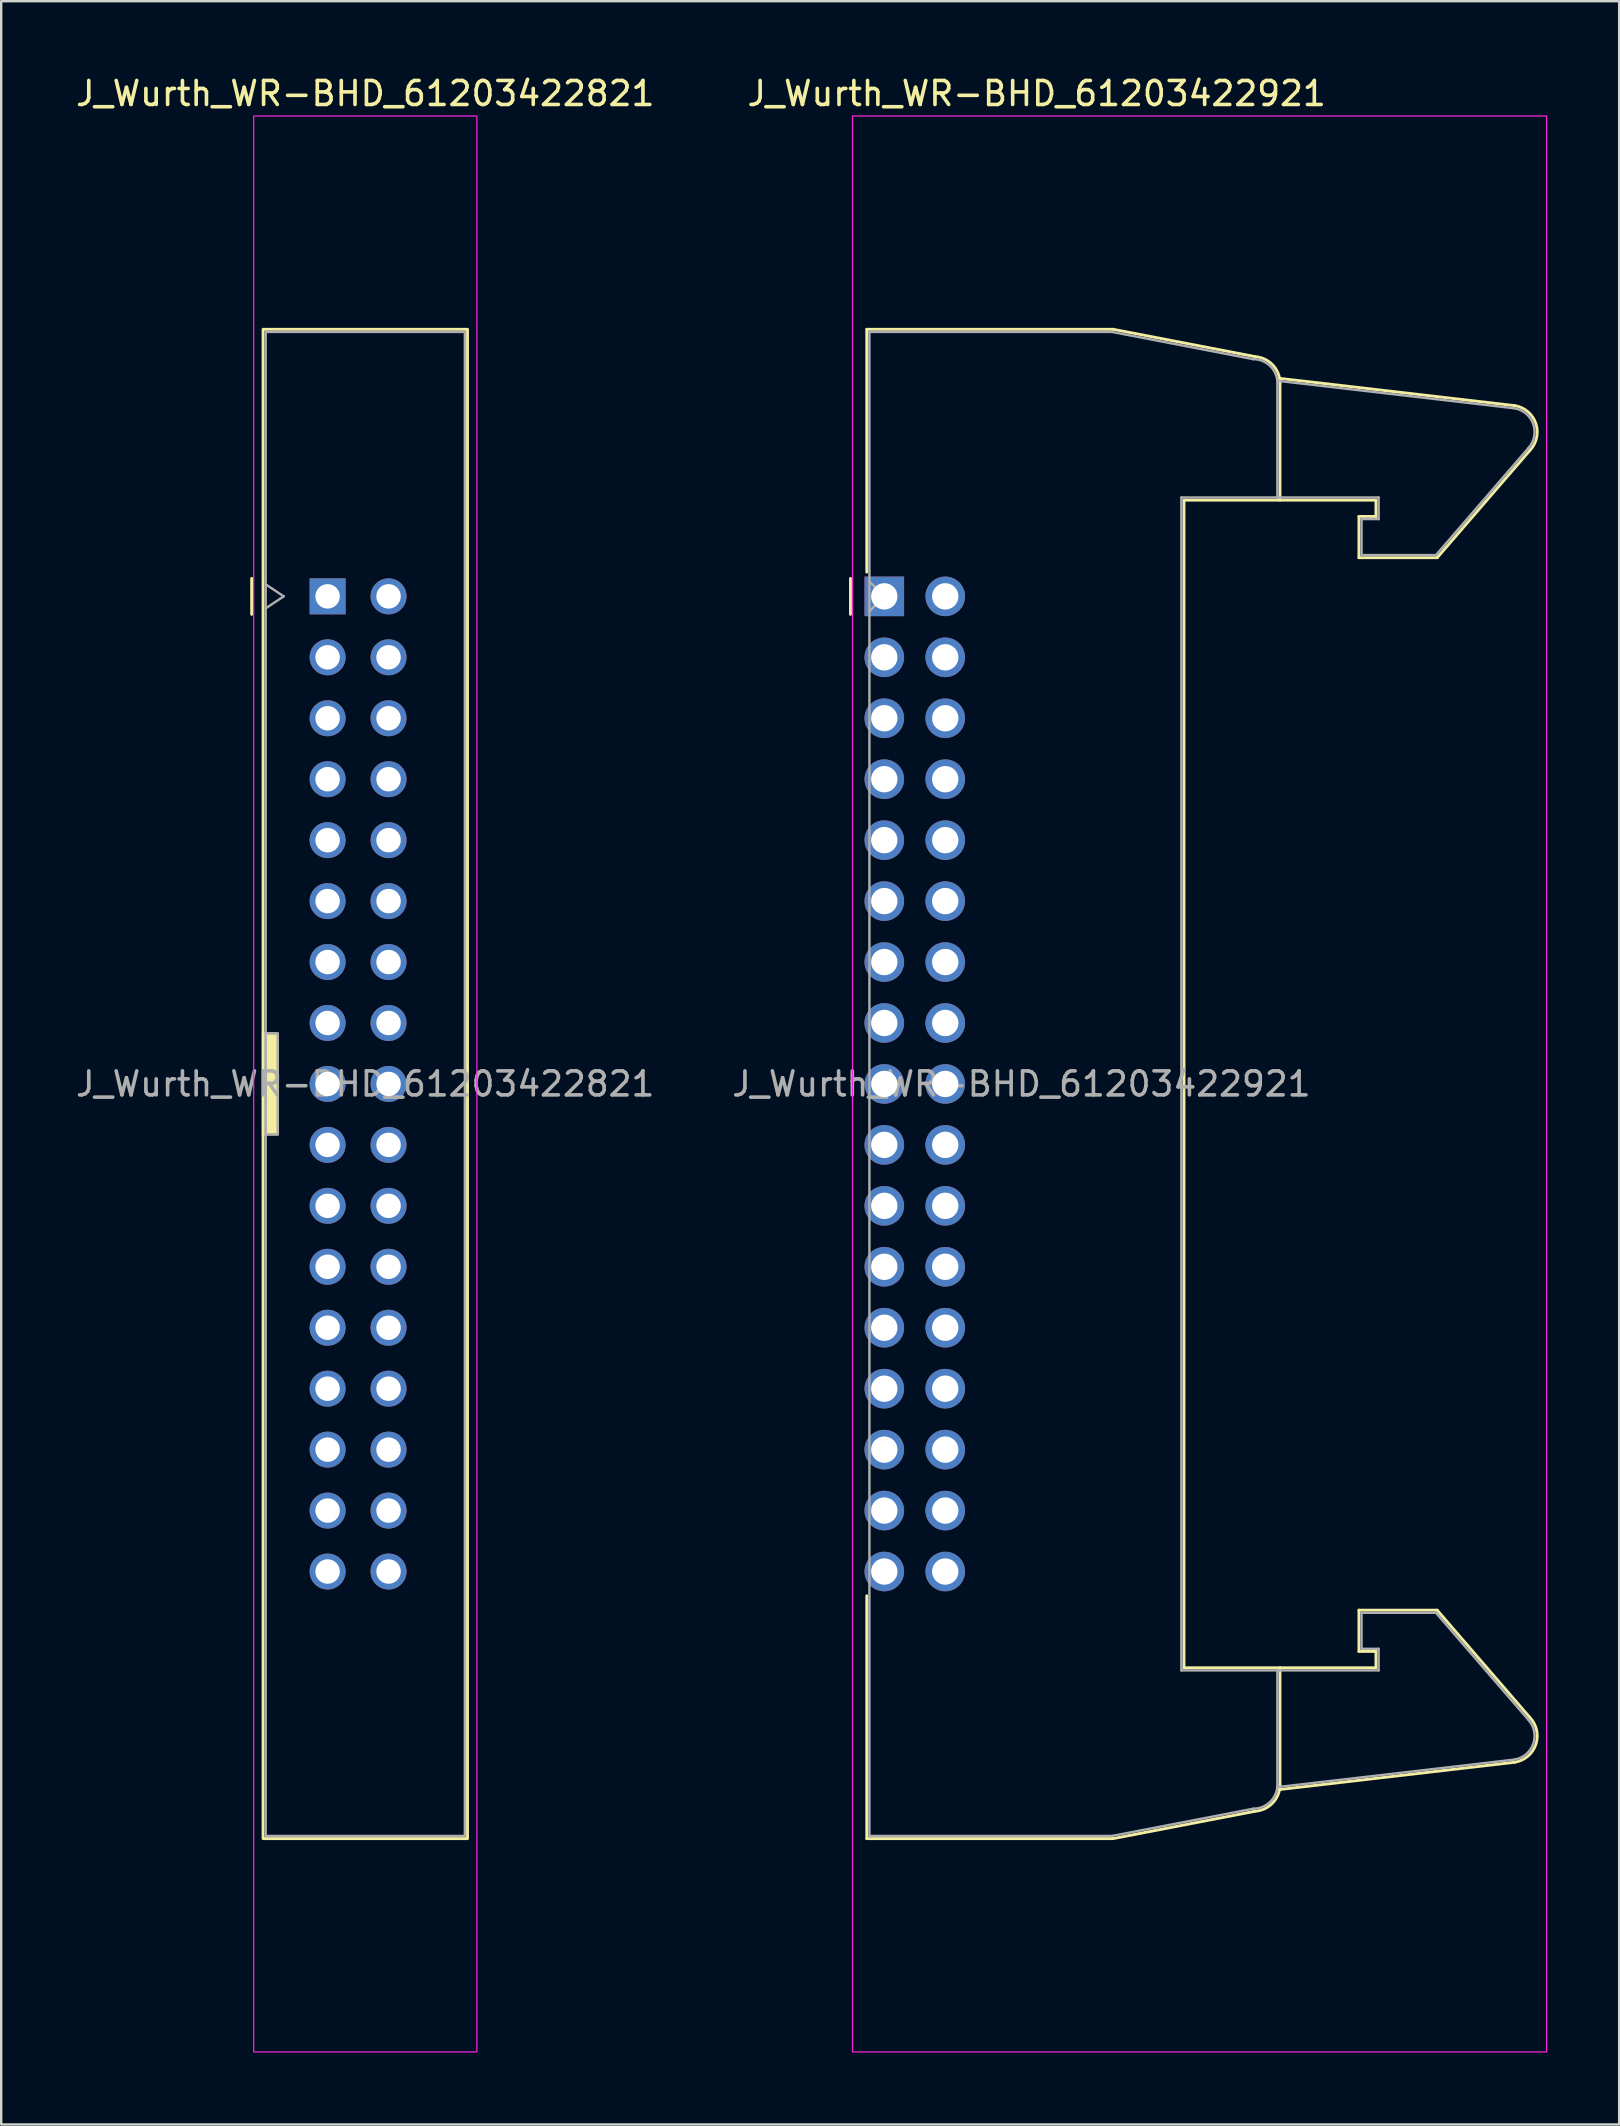
<source format=kicad_pcb>
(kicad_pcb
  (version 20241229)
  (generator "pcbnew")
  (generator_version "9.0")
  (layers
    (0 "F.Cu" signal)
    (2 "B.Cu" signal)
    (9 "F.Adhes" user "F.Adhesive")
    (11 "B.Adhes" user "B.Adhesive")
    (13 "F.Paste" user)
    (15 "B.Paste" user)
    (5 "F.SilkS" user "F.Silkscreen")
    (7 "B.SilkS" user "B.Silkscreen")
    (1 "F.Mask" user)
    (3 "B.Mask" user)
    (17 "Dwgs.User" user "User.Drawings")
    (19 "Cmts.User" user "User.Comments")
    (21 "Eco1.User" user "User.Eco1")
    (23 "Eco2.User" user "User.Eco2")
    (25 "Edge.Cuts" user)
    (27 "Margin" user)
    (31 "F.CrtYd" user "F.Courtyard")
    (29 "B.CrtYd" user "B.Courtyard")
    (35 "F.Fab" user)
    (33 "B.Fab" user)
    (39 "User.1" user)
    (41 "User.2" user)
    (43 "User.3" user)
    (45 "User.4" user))
  (footprint "J_Wurth_WR-BHD_61203422921"
    (layer "F.Cu")
    (at 33.803 21.803)
    (property "Reference" "J_Wurth_WR-BHD_61203422921" (at 6.35 -20.955 0) (unlocked yes) (layer "F.SilkS") (effects (font (size 1 1) (thickness 0.15))))
    (attr through_hole)
    (fp_line (start -1.41 -0.75) (end -1.41 0.75) (stroke (width 0.12) (type solid)) (layer "F.SilkS"))
    (fp_line (start -0.73 -11.13) (end -0.73 -1.01) (stroke (width 0.12) (type solid)) (layer "F.SilkS"))
    (fp_line (start -0.73 -11.13) (end 9.534 -11.13) (stroke (width 0.12) (type solid)) (layer "F.SilkS"))
    (fp_line (start -0.73 51.77) (end -0.73 41.65) (stroke (width 0.12) (type solid)) (layer "F.SilkS"))
    (fp_line (start -0.73 51.77) (end 9.534 51.77) (stroke (width 0.12) (type solid)) (layer "F.SilkS"))
    (fp_line (start 9.534 -11.13) (end 15.443 -9.992) (stroke (width 0.12) (type solid)) (layer "F.SilkS"))
    (fp_line (start 9.534 51.77) (end 15.443 50.632) (stroke (width 0.12) (type solid)) (layer "F.SilkS"))
    (fp_line (start 12.49 44.65) (end 12.49 -4.01) (stroke (width 0.12) (type solid)) (layer "F.SilkS"))
    (fp_line (start 16.49 -8.975) (end 16.49 -4.01) (stroke (width 0.12) (type solid)) (layer "F.SilkS"))
    (fp_line (start 16.49 49.615) (end 16.49 44.65) (stroke (width 0.12) (type solid)) (layer "F.SilkS"))
    (fp_line (start 19.78 -3.33) (end 19.78 -1.61) (stroke (width 0.12) (type solid)) (layer "F.SilkS"))
    (fp_line (start 19.78 -1.61) (end 23.04 -1.61) (stroke (width 0.12) (type solid)) (layer "F.SilkS"))
    (fp_line (start 19.78 42.25) (end 23.04 42.25) (stroke (width 0.12) (type solid)) (layer "F.SilkS"))
    (fp_line (start 19.78 43.97) (end 19.78 42.25) (stroke (width 0.12) (type solid)) (layer "F.SilkS"))
    (fp_line (start 20.49 -4.01) (end 12.49 -4.01) (stroke (width 0.12) (type solid)) (layer "F.SilkS"))
    (fp_line (start 20.49 -3.33) (end 19.78 -3.33) (stroke (width 0.12) (type solid)) (layer "F.SilkS"))
    (fp_line (start 20.49 -3.33) (end 20.49 -4.01) (stroke (width 0.12) (type solid)) (layer "F.SilkS"))
    (fp_line (start 20.49 43.97) (end 19.78 43.97) (stroke (width 0.12) (type solid)) (layer "F.SilkS"))
    (fp_line (start 20.49 43.97) (end 20.49 44.65) (stroke (width 0.12) (type solid)) (layer "F.SilkS"))
    (fp_line (start 20.49 44.65) (end 12.49 44.65) (stroke (width 0.12) (type solid)) (layer "F.SilkS"))
    (fp_line (start 23.04 -1.61) (end 26.903 -6.082) (stroke (width 0.12) (type solid)) (layer "F.SilkS"))
    (fp_line (start 23.04 42.25) (end 26.903 46.722) (stroke (width 0.12) (type solid)) (layer "F.SilkS"))
    (fp_line (start 26.279 -7.947) (end 16.472 -9.085) (stroke (width 0.12) (type solid)) (layer "F.SilkS"))
    (fp_line (start 26.279 48.587) (end 16.472 49.725) (stroke (width 0.12) (type solid)) (layer "F.SilkS"))
    (fp_arc (start 15.442979 -9.98974) (mid 16.176162 -9.655638) (end 16.491006 -8.913981) (stroke (width 0.12) (type solid)) (layer "F.SilkS"))
    (fp_arc (start 16.491006 49.553981) (mid 16.176162 50.295638) (end 15.442979 50.62974) (stroke (width 0.12) (type solid)) (layer "F.SilkS"))
    (fp_arc (start 26.278536 -7.946703) (mid 27.153628 -7.202846) (end 26.903 -6.082) (stroke (width 0.12) (type solid)) (layer "F.SilkS"))
    (fp_arc (start 26.903 46.722) (mid 27.153628 47.842846) (end 26.278536 48.586703) (stroke (width 0.12) (type solid)) (layer "F.SilkS"))
    (fp_rect (start -1.325 -20.02) (end 27.6 60.66) (stroke (width 0.05) (type solid)) (fill no) (layer "F.CrtYd"))
    (fp_line (start -0.62 -11.02) (end 9.484 -11.02) (stroke (width 0.1) (type solid)) (layer "F.Fab"))
    (fp_line (start -0.62 51.66) (end -0.62 -11.02) (stroke (width 0.1) (type solid)) (layer "F.Fab"))
    (fp_line (start -0.62 51.66) (end 9.484 51.66) (stroke (width 0.1) (type solid)) (layer "F.Fab"))
    (fp_line (start 0 0) (end -0.62 -0.62) (stroke (width 0.1) (type solid)) (layer "F.Fab"))
    (fp_line (start 0 0) (end -0.62 0.62) (stroke (width 0.1) (type solid)) (layer "F.Fab"))
    (fp_line (start 9.484 -11.02) (end 15.381 -9.884) (stroke (width 0.1) (type solid)) (layer "F.Fab"))
    (fp_line (start 9.484 51.66) (end 15.381 50.524) (stroke (width 0.1) (type solid)) (layer "F.Fab"))
    (fp_line (start 12.38 44.76) (end 12.38 -4.12) (stroke (width 0.1) (type solid)) (layer "F.Fab"))
    (fp_line (start 16.38 -8.975) (end 16.38 -4.12) (stroke (width 0.1) (type solid)) (layer "F.Fab"))
    (fp_line (start 16.38 49.615) (end 16.38 44.76) (stroke (width 0.1) (type solid)) (layer "F.Fab"))
    (fp_line (start 19.89 -3.22) (end 19.89 -1.72) (stroke (width 0.1) (type solid)) (layer "F.Fab"))
    (fp_line (start 19.89 -1.72) (end 22.99 -1.72) (stroke (width 0.1) (type solid)) (layer "F.Fab"))
    (fp_line (start 19.89 42.36) (end 22.99 42.36) (stroke (width 0.1) (type solid)) (layer "F.Fab"))
    (fp_line (start 19.89 43.86) (end 19.89 42.36) (stroke (width 0.1) (type solid)) (layer "F.Fab"))
    (fp_line (start 20.6 -4.12) (end 12.38 -4.12) (stroke (width 0.1) (type solid)) (layer "F.Fab"))
    (fp_line (start 20.6 -3.22) (end 19.89 -3.22) (stroke (width 0.1) (type solid)) (layer "F.Fab"))
    (fp_line (start 20.6 -3.22) (end 20.6 -4.12) (stroke (width 0.1) (type solid)) (layer "F.Fab"))
    (fp_line (start 20.6 43.86) (end 19.89 43.86) (stroke (width 0.1) (type solid)) (layer "F.Fab"))
    (fp_line (start 20.6 43.86) (end 20.6 44.76) (stroke (width 0.1) (type solid)) (layer "F.Fab"))
    (fp_line (start 20.6 44.76) (end 12.38 44.76) (stroke (width 0.1) (type solid)) (layer "F.Fab"))
    (fp_line (start 22.99 -1.72) (end 26.853 -6.192) (stroke (width 0.1) (type solid)) (layer "F.Fab"))
    (fp_line (start 22.99 42.36) (end 26.853 46.832) (stroke (width 0.1) (type solid)) (layer "F.Fab"))
    (fp_line (start 26.252 -7.838) (end 16.38 -8.984) (stroke (width 0.1) (type solid)) (layer "F.Fab"))
    (fp_line (start 26.252 48.478) (end 16.38 49.624) (stroke (width 0.1) (type solid)) (layer "F.Fab"))
    (fp_arc (start 15.380999 -9.884) (mid 16.05791 -9.620576) (end 16.38 -8.969532) (stroke (width 0.1) (type solid)) (layer "F.Fab"))
    (fp_arc (start 16.38 49.609532) (mid 16.05791 50.260576) (end 15.380999 50.524) (stroke (width 0.1) (type solid)) (layer "F.Fab"))
    (fp_arc (start 26.260676 -7.836993) (mid 27.040851 -7.188778) (end 26.852999 -6.192) (stroke (width 0.1) (type solid)) (layer "F.Fab"))
    (fp_arc (start 26.852999 46.832) (mid 27.040851 47.828778) (end 26.260676 48.476993) (stroke (width 0.1) (type solid)) (layer "F.Fab"))
    (fp_text user "${REFERENCE}" (at 5.715 20.32 0) (unlocked yes) (layer "F.Fab") (effects (font (size 1 1) (thickness 0.15))))
    (pad "1" thru_hole rect (at 0 0 90) (size 1.65 1.65) (drill 1.1) (layers "*.Cu" "*.Mask"))
    (pad "2" thru_hole circle (at 2.54 0 90) (size 1.65 1.65) (drill 1.1) (layers "*.Cu" "*.Mask"))
    (pad "3" thru_hole circle (at 0 2.54 90) (size 1.65 1.65) (drill 1.1) (layers "*.Cu" "*.Mask"))
    (pad "4" thru_hole circle (at 2.54 2.54 90) (size 1.65 1.65) (drill 1.1) (layers "*.Cu" "*.Mask"))
    (pad "5" thru_hole circle (at 0 5.08 90) (size 1.65 1.65) (drill 1.1) (layers "*.Cu" "*.Mask"))
    (pad "6" thru_hole circle (at 2.54 5.08 90) (size 1.65 1.65) (drill 1.1) (layers "*.Cu" "*.Mask"))
    (pad "7" thru_hole circle (at 0 7.62 90) (size 1.65 1.65) (drill 1.1) (layers "*.Cu" "*.Mask"))
    (pad "8" thru_hole circle (at 2.54 7.62 90) (size 1.65 1.65) (drill 1.1) (layers "*.Cu" "*.Mask"))
    (pad "9" thru_hole circle (at 0 10.16 90) (size 1.65 1.65) (drill 1.1) (layers "*.Cu" "*.Mask"))
    (pad "10" thru_hole circle (at 2.54 10.16 90) (size 1.65 1.65) (drill 1.1) (layers "*.Cu" "*.Mask"))
    (pad "11" thru_hole circle (at 0 12.7 90) (size 1.65 1.65) (drill 1.1) (layers "*.Cu" "*.Mask"))
    (pad "12" thru_hole circle (at 2.54 12.7 90) (size 1.65 1.65) (drill 1.1) (layers "*.Cu" "*.Mask"))
    (pad "13" thru_hole circle (at 0 15.24 90) (size 1.65 1.65) (drill 1.1) (layers "*.Cu" "*.Mask"))
    (pad "14" thru_hole circle (at 2.54 15.24 90) (size 1.65 1.65) (drill 1.1) (layers "*.Cu" "*.Mask"))
    (pad "15" thru_hole circle (at 0 17.78 90) (size 1.65 1.65) (drill 1.1) (layers "*.Cu" "*.Mask"))
    (pad "16" thru_hole circle (at 2.54 17.78 90) (size 1.65 1.65) (drill 1.1) (layers "*.Cu" "*.Mask"))
    (pad "17" thru_hole circle (at 0 20.32 90) (size 1.65 1.65) (drill 1.1) (layers "*.Cu" "*.Mask"))
    (pad "18" thru_hole circle (at 2.54 20.32 90) (size 1.65 1.65) (drill 1.1) (layers "*.Cu" "*.Mask"))
    (pad "19" thru_hole circle (at 0 22.86 90) (size 1.65 1.65) (drill 1.1) (layers "*.Cu" "*.Mask"))
    (pad "20" thru_hole circle (at 2.54 22.86 90) (size 1.65 1.65) (drill 1.1) (layers "*.Cu" "*.Mask"))
    (pad "21" thru_hole circle (at 0 25.4 90) (size 1.65 1.65) (drill 1.1) (layers "*.Cu" "*.Mask"))
    (pad "22" thru_hole circle (at 2.54 25.4 90) (size 1.65 1.65) (drill 1.1) (layers "*.Cu" "*.Mask"))
    (pad "23" thru_hole circle (at 0 27.94 90) (size 1.65 1.65) (drill 1.1) (layers "*.Cu" "*.Mask"))
    (pad "24" thru_hole circle (at 2.54 27.94 90) (size 1.65 1.65) (drill 1.1) (layers "*.Cu" "*.Mask"))
    (pad "25" thru_hole circle (at 0 30.48 90) (size 1.65 1.65) (drill 1.1) (layers "*.Cu" "*.Mask"))
    (pad "26" thru_hole circle (at 2.54 30.48 90) (size 1.65 1.65) (drill 1.1) (layers "*.Cu" "*.Mask"))
    (pad "27" thru_hole circle (at 0 33.02 90) (size 1.65 1.65) (drill 1.1) (layers "*.Cu" "*.Mask"))
    (pad "28" thru_hole circle (at 2.54 33.02 90) (size 1.65 1.65) (drill 1.1) (layers "*.Cu" "*.Mask"))
    (pad "29" thru_hole circle (at 0 35.56 90) (size 1.65 1.65) (drill 1.1) (layers "*.Cu" "*.Mask"))
    (pad "30" thru_hole circle (at 2.54 35.56 90) (size 1.65 1.65) (drill 1.1) (layers "*.Cu" "*.Mask"))
    (pad "31" thru_hole circle (at 0 38.1 90) (size 1.65 1.65) (drill 1.1) (layers "*.Cu" "*.Mask"))
    (pad "32" thru_hole circle (at 2.54 38.1 90) (size 1.65 1.65) (drill 1.1) (layers "*.Cu" "*.Mask"))
    (pad "33" thru_hole circle (at 0 40.64 90) (size 1.65 1.65) (drill 1.1) (layers "*.Cu" "*.Mask"))
    (pad "34" thru_hole circle (at 2.54 40.64 90) (size 1.65 1.65) (drill 1.1) (layers "*.Cu" "*.Mask")))
  (footprint "J_Wurth_WR-BHD_61203422821"
    (layer "F.Cu")
    (at 10.603 21.803)
    (property "Reference" "J_Wurth_WR-BHD_61203422821" (at 1.57 -20.955 0) (unlocked yes) (layer "F.SilkS") (effects (font (size 1 1) (thickness 0.15))))
    (attr through_hole)
    (fp_line (start -3.165 -0.75) (end -3.165 0.75) (stroke (width 0.12) (type solid)) (layer "F.SilkS"))
    (fp_rect (start -2.69 -11.13) (end 5.83 51.77) (stroke (width 0.12) (type solid)) (fill no) (layer "F.SilkS"))
    (fp_rect (start -2.69 18.22) (end -2.08 22.42) (stroke (width 0.1) (type solid)) (fill yes) (layer "F.SilkS"))
    (fp_rect (start -3.08 -20.02) (end 6.22 60.66) (stroke (width 0.05) (type solid)) (fill no) (layer "F.CrtYd"))
    (fp_line (start -1.83 0) (end -2.58 -0.5) (stroke (width 0.1) (type solid)) (layer "F.Fab"))
    (fp_line (start -1.83 0) (end -2.58 0.5) (stroke (width 0.1) (type solid)) (layer "F.Fab"))
    (fp_rect (start -2.58 -11.02) (end 5.72 51.66) (stroke (width 0.1) (type solid)) (fill no) (layer "F.Fab"))
    (fp_rect (start -2.58 18.22) (end -2.08 22.42) (stroke (width 0.1) (type solid)) (fill no) (layer "F.Fab"))
    (fp_text user "${REFERENCE}" (at 1.57 20.32 0) (unlocked yes) (layer "F.Fab") (effects (font (size 1 1) (thickness 0.15))))
    (pad "1" thru_hole rect (at 0 0 270) (size 1.5 1.5) (drill 1.02) (layers "*.Cu" "*.Mask"))
    (pad "2" thru_hole circle (at 2.54 0 270) (size 1.5 1.5) (drill 1.02) (layers "*.Cu" "*.Mask"))
    (pad "3" thru_hole circle (at 0 2.54 270) (size 1.5 1.5) (drill 1.02) (layers "*.Cu" "*.Mask"))
    (pad "4" thru_hole circle (at 2.54 2.54 270) (size 1.5 1.5) (drill 1.02) (layers "*.Cu" "*.Mask"))
    (pad "5" thru_hole circle (at 0 5.08 270) (size 1.5 1.5) (drill 1.02) (layers "*.Cu" "*.Mask"))
    (pad "6" thru_hole circle (at 2.54 5.08 270) (size 1.5 1.5) (drill 1.02) (layers "*.Cu" "*.Mask"))
    (pad "7" thru_hole circle (at 0 7.62 270) (size 1.5 1.5) (drill 1.02) (layers "*.Cu" "*.Mask"))
    (pad "8" thru_hole circle (at 2.54 7.62 270) (size 1.5 1.5) (drill 1.02) (layers "*.Cu" "*.Mask"))
    (pad "9" thru_hole circle (at 0 10.16 270) (size 1.5 1.5) (drill 1.02) (layers "*.Cu" "*.Mask"))
    (pad "10" thru_hole circle (at 2.54 10.16 270) (size 1.5 1.5) (drill 1.02) (layers "*.Cu" "*.Mask"))
    (pad "11" thru_hole circle (at 0 12.7 270) (size 1.5 1.5) (drill 1.02) (layers "*.Cu" "*.Mask"))
    (pad "12" thru_hole circle (at 2.54 12.7 270) (size 1.5 1.5) (drill 1.02) (layers "*.Cu" "*.Mask"))
    (pad "13" thru_hole circle (at 0 15.24 270) (size 1.5 1.5) (drill 1.02) (layers "*.Cu" "*.Mask"))
    (pad "14" thru_hole circle (at 2.54 15.24 270) (size 1.5 1.5) (drill 1.02) (layers "*.Cu" "*.Mask"))
    (pad "15" thru_hole circle (at 0 17.78 270) (size 1.5 1.5) (drill 1.02) (layers "*.Cu" "*.Mask"))
    (pad "16" thru_hole circle (at 2.54 17.78 270) (size 1.5 1.5) (drill 1.02) (layers "*.Cu" "*.Mask"))
    (pad "17" thru_hole circle (at 0 20.32 270) (size 1.5 1.5) (drill 1.02) (layers "*.Cu" "*.Mask"))
    (pad "18" thru_hole circle (at 2.54 20.32 270) (size 1.5 1.5) (drill 1.02) (layers "*.Cu" "*.Mask"))
    (pad "19" thru_hole circle (at 0 22.86 270) (size 1.5 1.5) (drill 1.02) (layers "*.Cu" "*.Mask"))
    (pad "20" thru_hole circle (at 2.54 22.86 270) (size 1.5 1.5) (drill 1.02) (layers "*.Cu" "*.Mask"))
    (pad "21" thru_hole circle (at 0 25.4 270) (size 1.5 1.5) (drill 1.02) (layers "*.Cu" "*.Mask"))
    (pad "22" thru_hole circle (at 2.54 25.4 270) (size 1.5 1.5) (drill 1.02) (layers "*.Cu" "*.Mask"))
    (pad "23" thru_hole circle (at 0 27.94 270) (size 1.5 1.5) (drill 1.02) (layers "*.Cu" "*.Mask"))
    (pad "24" thru_hole circle (at 2.54 27.94 270) (size 1.5 1.5) (drill 1.02) (layers "*.Cu" "*.Mask"))
    (pad "25" thru_hole circle (at 0 30.48 270) (size 1.5 1.5) (drill 1.02) (layers "*.Cu" "*.Mask"))
    (pad "26" thru_hole circle (at 2.54 30.48 270) (size 1.5 1.5) (drill 1.02) (layers "*.Cu" "*.Mask"))
    (pad "27" thru_hole circle (at 0 33.02 270) (size 1.5 1.5) (drill 1.02) (layers "*.Cu" "*.Mask"))
    (pad "28" thru_hole circle (at 2.54 33.02 270) (size 1.5 1.5) (drill 1.02) (layers "*.Cu" "*.Mask"))
    (pad "29" thru_hole circle (at 0 35.56 270) (size 1.5 1.5) (drill 1.02) (layers "*.Cu" "*.Mask"))
    (pad "30" thru_hole circle (at 2.54 35.56 270) (size 1.5 1.5) (drill 1.02) (layers "*.Cu" "*.Mask"))
    (pad "31" thru_hole circle (at 0 38.1 270) (size 1.5 1.5) (drill 1.02) (layers "*.Cu" "*.Mask"))
    (pad "32" thru_hole circle (at 2.54 38.1 270) (size 1.5 1.5) (drill 1.02) (layers "*.Cu" "*.Mask"))
    (pad "33" thru_hole circle (at 0 40.64 270) (size 1.5 1.5) (drill 1.02) (layers "*.Cu" "*.Mask"))
    (pad "34" thru_hole circle (at 2.54 40.64 270) (size 1.5 1.5) (drill 1.02) (layers "*.Cu" "*.Mask")))
  (gr_rect
    (start -3 -3)
    (end 64.428 85.488)
    (stroke (width 0.1) (type default))
    (fill no)
    (layer "Edge.Cuts")))
</source>
